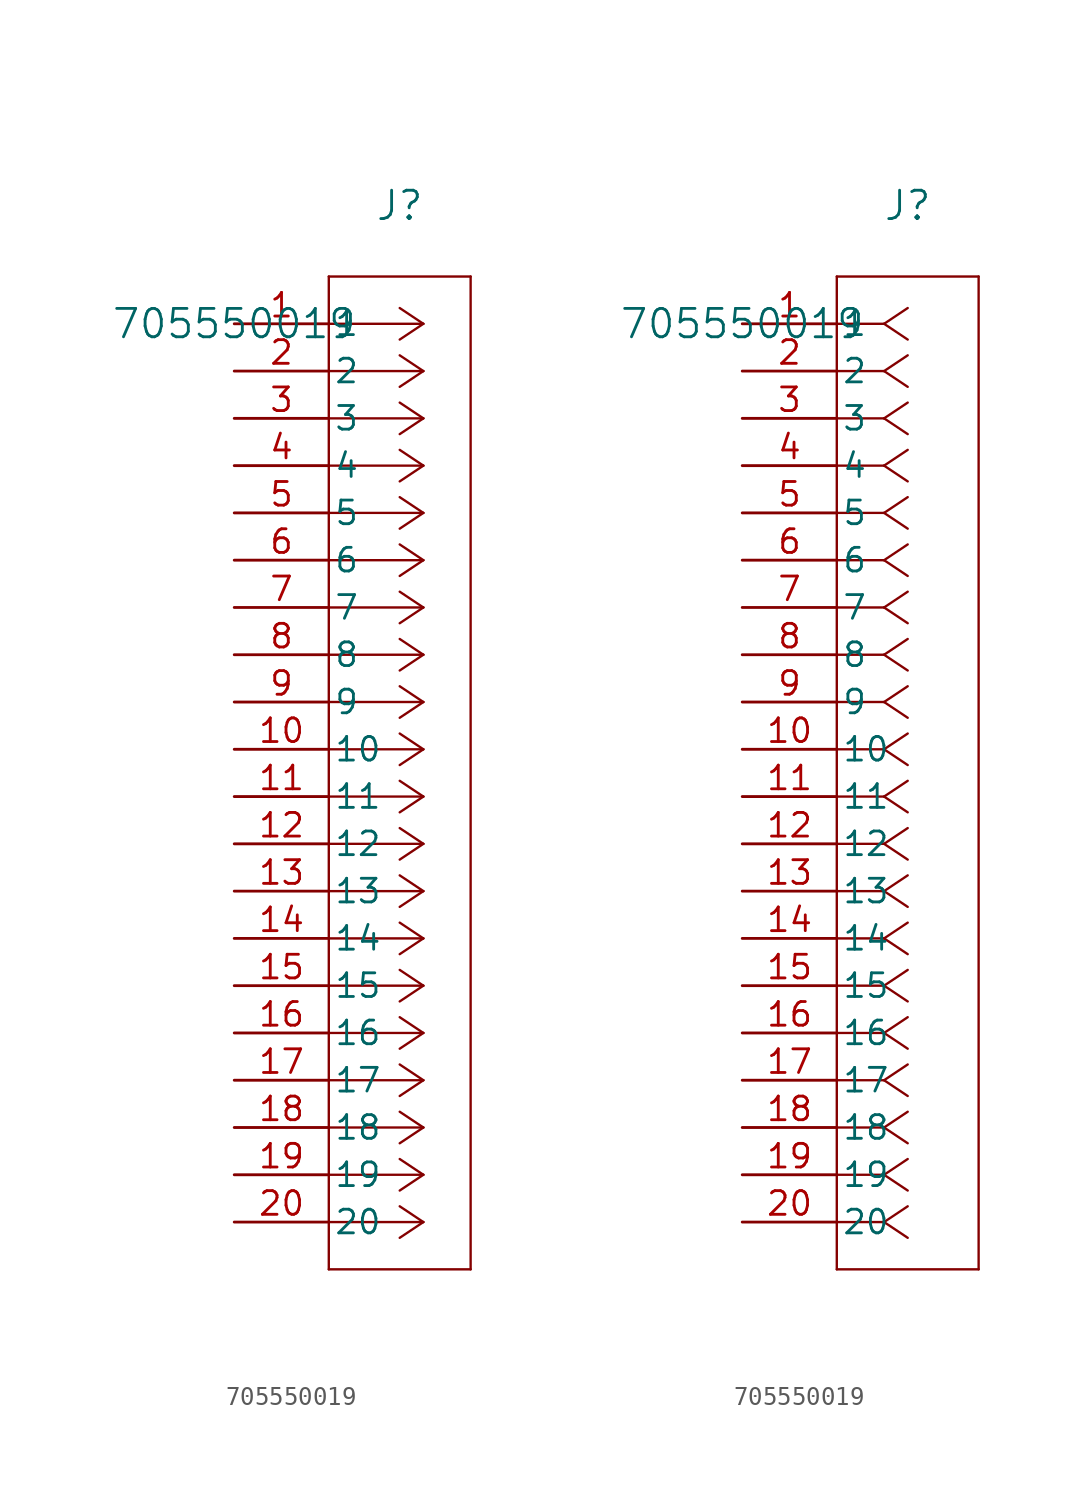
<source format=kicad_sym>
(kicad_symbol_lib
  (version 20211014)
  (generator kicad_symbol_editor)
  (symbol "705550019"
    (pin_names
      (offset 0.254))
    (property "Reference" "J"
      (at 8.89 6.35 0)
      (effects (font (size 1.524 1.524))))
    (property "Value" "705550019"
      (at 0 0 0)
      (effects (font (size 1.524 1.524))))
    (symbol "705550019_1_1"
      (polyline (pts (xy 10.16 0) (xy 5.08 0)) (stroke (width 0.127) (type default) (color 0 0 0 0)) (fill (type none)))
      (polyline (pts (xy 10.16 -2.54) (xy 5.08 -2.54)) (stroke (width 0.127) (type default) (color 0 0 0 0)) (fill (type none)))
      (polyline (pts (xy 10.16 -5.08) (xy 5.08 -5.08)) (stroke (width 0.127) (type default) (color 0 0 0 0)) (fill (type none)))
      (polyline (pts (xy 10.16 -7.62) (xy 5.08 -7.62)) (stroke (width 0.127) (type default) (color 0 0 0 0)) (fill (type none)))
      (polyline (pts (xy 10.16 -10.16) (xy 5.08 -10.16)) (stroke (width 0.127) (type default) (color 0 0 0 0)) (fill (type none)))
      (polyline (pts (xy 10.16 -12.7) (xy 5.08 -12.7)) (stroke (width 0.127) (type default) (color 0 0 0 0)) (fill (type none)))
      (polyline (pts (xy 10.16 -15.24) (xy 5.08 -15.24)) (stroke (width 0.127) (type default) (color 0 0 0 0)) (fill (type none)))
      (polyline (pts (xy 10.16 -17.78) (xy 5.08 -17.78)) (stroke (width 0.127) (type default) (color 0 0 0 0)) (fill (type none)))
      (polyline (pts (xy 10.16 -20.32) (xy 5.08 -20.32)) (stroke (width 0.127) (type default) (color 0 0 0 0)) (fill (type none)))
      (polyline (pts (xy 10.16 -22.86) (xy 5.08 -22.86)) (stroke (width 0.127) (type default) (color 0 0 0 0)) (fill (type none)))
      (polyline (pts (xy 10.16 -25.4) (xy 5.08 -25.4)) (stroke (width 0.127) (type default) (color 0 0 0 0)) (fill (type none)))
      (polyline (pts (xy 10.16 -27.94) (xy 5.08 -27.94)) (stroke (width 0.127) (type default) (color 0 0 0 0)) (fill (type none)))
      (polyline (pts (xy 10.16 -30.48) (xy 5.08 -30.48)) (stroke (width 0.127) (type default) (color 0 0 0 0)) (fill (type none)))
      (polyline (pts (xy 10.16 -33.02) (xy 5.08 -33.02)) (stroke (width 0.127) (type default) (color 0 0 0 0)) (fill (type none)))
      (polyline (pts (xy 10.16 -35.56) (xy 5.08 -35.56)) (stroke (width 0.127) (type default) (color 0 0 0 0)) (fill (type none)))
      (polyline (pts (xy 10.16 -38.1) (xy 5.08 -38.1)) (stroke (width 0.127) (type default) (color 0 0 0 0)) (fill (type none)))
      (polyline (pts (xy 10.16 -40.64) (xy 5.08 -40.64)) (stroke (width 0.127) (type default) (color 0 0 0 0)) (fill (type none)))
      (polyline (pts (xy 10.16 -43.18) (xy 5.08 -43.18)) (stroke (width 0.127) (type default) (color 0 0 0 0)) (fill (type none)))
      (polyline (pts (xy 10.16 -45.72) (xy 5.08 -45.72)) (stroke (width 0.127) (type default) (color 0 0 0 0)) (fill (type none)))
      (polyline (pts (xy 10.16 -48.26) (xy 5.08 -48.26)) (stroke (width 0.127) (type default) (color 0 0 0 0)) (fill (type none)))
      (polyline (pts (xy 10.16 0) (xy 8.89 0.847)) (stroke (width 0.127) (type default) (color 0 0 0 0)) (fill (type none)))
      (polyline (pts (xy 10.16 -2.54) (xy 8.89 -1.693)) (stroke (width 0.127) (type default) (color 0 0 0 0)) (fill (type none)))
      (polyline (pts (xy 10.16 -5.08) (xy 8.89 -4.233)) (stroke (width 0.127) (type default) (color 0 0 0 0)) (fill (type none)))
      (polyline (pts (xy 10.16 -7.62) (xy 8.89 -6.773)) (stroke (width 0.127) (type default) (color 0 0 0 0)) (fill (type none)))
      (polyline (pts (xy 10.16 -10.16) (xy 8.89 -9.313)) (stroke (width 0.127) (type default) (color 0 0 0 0)) (fill (type none)))
      (polyline (pts (xy 10.16 -12.7) (xy 8.89 -11.853)) (stroke (width 0.127) (type default) (color 0 0 0 0)) (fill (type none)))
      (polyline (pts (xy 10.16 -15.24) (xy 8.89 -14.393)) (stroke (width 0.127) (type default) (color 0 0 0 0)) (fill (type none)))
      (polyline (pts (xy 10.16 -17.78) (xy 8.89 -16.933)) (stroke (width 0.127) (type default) (color 0 0 0 0)) (fill (type none)))
      (polyline (pts (xy 10.16 -20.32) (xy 8.89 -19.473)) (stroke (width 0.127) (type default) (color 0 0 0 0)) (fill (type none)))
      (polyline (pts (xy 10.16 -22.86) (xy 8.89 -22.013)) (stroke (width 0.127) (type default) (color 0 0 0 0)) (fill (type none)))
      (polyline (pts (xy 10.16 -25.4) (xy 8.89 -24.553)) (stroke (width 0.127) (type default) (color 0 0 0 0)) (fill (type none)))
      (polyline (pts (xy 10.16 -27.94) (xy 8.89 -27.093)) (stroke (width 0.127) (type default) (color 0 0 0 0)) (fill (type none)))
      (polyline (pts (xy 10.16 -30.48) (xy 8.89 -29.633)) (stroke (width 0.127) (type default) (color 0 0 0 0)) (fill (type none)))
      (polyline (pts (xy 10.16 -33.02) (xy 8.89 -32.173)) (stroke (width 0.127) (type default) (color 0 0 0 0)) (fill (type none)))
      (polyline (pts (xy 10.16 -35.56) (xy 8.89 -34.713)) (stroke (width 0.127) (type default) (color 0 0 0 0)) (fill (type none)))
      (polyline (pts (xy 10.16 -38.1) (xy 8.89 -37.253)) (stroke (width 0.127) (type default) (color 0 0 0 0)) (fill (type none)))
      (polyline (pts (xy 10.16 -40.64) (xy 8.89 -39.793)) (stroke (width 0.127) (type default) (color 0 0 0 0)) (fill (type none)))
      (polyline (pts (xy 10.16 -43.18) (xy 8.89 -42.333)) (stroke (width 0.127) (type default) (color 0 0 0 0)) (fill (type none)))
      (polyline (pts (xy 10.16 -45.72) (xy 8.89 -44.873)) (stroke (width 0.127) (type default) (color 0 0 0 0)) (fill (type none)))
      (polyline (pts (xy 10.16 -48.26) (xy 8.89 -47.413)) (stroke (width 0.127) (type default) (color 0 0 0 0)) (fill (type none)))
      (polyline (pts (xy 10.16 0) (xy 8.89 -0.847)) (stroke (width 0.127) (type default) (color 0 0 0 0)) (fill (type none)))
      (polyline (pts (xy 10.16 -2.54) (xy 8.89 -3.387)) (stroke (width 0.127) (type default) (color 0 0 0 0)) (fill (type none)))
      (polyline (pts (xy 10.16 -5.08) (xy 8.89 -5.927)) (stroke (width 0.127) (type default) (color 0 0 0 0)) (fill (type none)))
      (polyline (pts (xy 10.16 -7.62) (xy 8.89 -8.467)) (stroke (width 0.127) (type default) (color 0 0 0 0)) (fill (type none)))
      (polyline (pts (xy 10.16 -10.16) (xy 8.89 -11.007)) (stroke (width 0.127) (type default) (color 0 0 0 0)) (fill (type none)))
      (polyline (pts (xy 10.16 -12.7) (xy 8.89 -13.547)) (stroke (width 0.127) (type default) (color 0 0 0 0)) (fill (type none)))
      (polyline (pts (xy 10.16 -15.24) (xy 8.89 -16.087)) (stroke (width 0.127) (type default) (color 0 0 0 0)) (fill (type none)))
      (polyline (pts (xy 10.16 -17.78) (xy 8.89 -18.627)) (stroke (width 0.127) (type default) (color 0 0 0 0)) (fill (type none)))
      (polyline (pts (xy 10.16 -20.32) (xy 8.89 -21.167)) (stroke (width 0.127) (type default) (color 0 0 0 0)) (fill (type none)))
      (polyline (pts (xy 10.16 -22.86) (xy 8.89 -23.707)) (stroke (width 0.127) (type default) (color 0 0 0 0)) (fill (type none)))
      (polyline (pts (xy 10.16 -25.4) (xy 8.89 -26.247)) (stroke (width 0.127) (type default) (color 0 0 0 0)) (fill (type none)))
      (polyline (pts (xy 10.16 -27.94) (xy 8.89 -28.787)) (stroke (width 0.127) (type default) (color 0 0 0 0)) (fill (type none)))
      (polyline (pts (xy 10.16 -30.48) (xy 8.89 -31.327)) (stroke (width 0.127) (type default) (color 0 0 0 0)) (fill (type none)))
      (polyline (pts (xy 10.16 -33.02) (xy 8.89 -33.867)) (stroke (width 0.127) (type default) (color 0 0 0 0)) (fill (type none)))
      (polyline (pts (xy 10.16 -35.56) (xy 8.89 -36.407)) (stroke (width 0.127) (type default) (color 0 0 0 0)) (fill (type none)))
      (polyline (pts (xy 10.16 -38.1) (xy 8.89 -38.947)) (stroke (width 0.127) (type default) (color 0 0 0 0)) (fill (type none)))
      (polyline (pts (xy 10.16 -40.64) (xy 8.89 -41.487)) (stroke (width 0.127) (type default) (color 0 0 0 0)) (fill (type none)))
      (polyline (pts (xy 10.16 -43.18) (xy 8.89 -44.027)) (stroke (width 0.127) (type default) (color 0 0 0 0)) (fill (type none)))
      (polyline (pts (xy 10.16 -45.72) (xy 8.89 -46.567)) (stroke (width 0.127) (type default) (color 0 0 0 0)) (fill (type none)))
      (polyline (pts (xy 10.16 -48.26) (xy 8.89 -49.107)) (stroke (width 0.127) (type default) (color 0 0 0 0)) (fill (type none)))
      (polyline (pts (xy 5.08 2.54) (xy 5.08 -50.8)) (stroke (width 0.127) (type default) (color 0 0 0 0)) (fill (type none)))
      (polyline (pts (xy 5.08 -50.8) (xy 12.7 -50.8)) (stroke (width 0.127) (type default) (color 0 0 0 0)) (fill (type none)))
      (polyline (pts (xy 12.7 -50.8) (xy 12.7 2.54)) (stroke (width 0.127) (type default) (color 0 0 0 0)) (fill (type none)))
      (polyline (pts (xy 12.7 2.54) (xy 5.08 2.54)) (stroke (width 0.127) (type default) (color 0 0 0 0)) (fill (type none)))
      (pin unspecified line (at 0 0 0) (length 5.08) (name "1" (effects (font (size 1.27 1.27)))) (number "1" (effects (font (size 1.27 1.27)))))
      (pin unspecified line (at 0 -2.54 0) (length 5.08) (name "2" (effects (font (size 1.27 1.27)))) (number "2" (effects (font (size 1.27 1.27)))))
      (pin unspecified line (at 0 -5.08 0) (length 5.08) (name "3" (effects (font (size 1.27 1.27)))) (number "3" (effects (font (size 1.27 1.27)))))
      (pin unspecified line (at 0 -7.62 0) (length 5.08) (name "4" (effects (font (size 1.27 1.27)))) (number "4" (effects (font (size 1.27 1.27)))))
      (pin unspecified line (at 0 -10.16 0) (length 5.08) (name "5" (effects (font (size 1.27 1.27)))) (number "5" (effects (font (size 1.27 1.27)))))
      (pin unspecified line (at 0 -12.7 0) (length 5.08) (name "6" (effects (font (size 1.27 1.27)))) (number "6" (effects (font (size 1.27 1.27)))))
      (pin unspecified line (at 0 -15.24 0) (length 5.08) (name "7" (effects (font (size 1.27 1.27)))) (number "7" (effects (font (size 1.27 1.27)))))
      (pin unspecified line (at 0 -17.78 0) (length 5.08) (name "8" (effects (font (size 1.27 1.27)))) (number "8" (effects (font (size 1.27 1.27)))))
      (pin unspecified line (at 0 -20.32 0) (length 5.08) (name "9" (effects (font (size 1.27 1.27)))) (number "9" (effects (font (size 1.27 1.27)))))
      (pin unspecified line (at 0 -22.86 0) (length 5.08) (name "10" (effects (font (size 1.27 1.27)))) (number "10" (effects (font (size 1.27 1.27)))))
      (pin unspecified line (at 0 -25.4 0) (length 5.08) (name "11" (effects (font (size 1.27 1.27)))) (number "11" (effects (font (size 1.27 1.27)))))
      (pin unspecified line (at 0 -27.94 0) (length 5.08) (name "12" (effects (font (size 1.27 1.27)))) (number "12" (effects (font (size 1.27 1.27)))))
      (pin unspecified line (at 0 -30.48 0) (length 5.08) (name "13" (effects (font (size 1.27 1.27)))) (number "13" (effects (font (size 1.27 1.27)))))
      (pin unspecified line (at 0 -33.02 0) (length 5.08) (name "14" (effects (font (size 1.27 1.27)))) (number "14" (effects (font (size 1.27 1.27)))))
      (pin unspecified line (at 0 -35.56 0) (length 5.08) (name "15" (effects (font (size 1.27 1.27)))) (number "15" (effects (font (size 1.27 1.27)))))
      (pin unspecified line (at 0 -38.1 0) (length 5.08) (name "16" (effects (font (size 1.27 1.27)))) (number "16" (effects (font (size 1.27 1.27)))))
      (pin unspecified line (at 0 -40.64 0) (length 5.08) (name "17" (effects (font (size 1.27 1.27)))) (number "17" (effects (font (size 1.27 1.27)))))
      (pin unspecified line (at 0 -43.18 0) (length 5.08) (name "18" (effects (font (size 1.27 1.27)))) (number "18" (effects (font (size 1.27 1.27)))))
      (pin unspecified line (at 0 -45.72 0) (length 5.08) (name "19" (effects (font (size 1.27 1.27)))) (number "19" (effects (font (size 1.27 1.27)))))
      (pin unspecified line (at 0 -48.26 0) (length 5.08) (name "20" (effects (font (size 1.27 1.27)))) (number "20" (effects (font (size 1.27 1.27))))))
    (symbol "705550019_1_2"
      (polyline (pts (xy 7.62 0) (xy 5.08 0)) (stroke (width 0.127) (type default) (color 0 0 0 0)) (fill (type none)))
      (polyline (pts (xy 7.62 -2.54) (xy 5.08 -2.54)) (stroke (width 0.127) (type default) (color 0 0 0 0)) (fill (type none)))
      (polyline (pts (xy 7.62 -5.08) (xy 5.08 -5.08)) (stroke (width 0.127) (type default) (color 0 0 0 0)) (fill (type none)))
      (polyline (pts (xy 7.62 -7.62) (xy 5.08 -7.62)) (stroke (width 0.127) (type default) (color 0 0 0 0)) (fill (type none)))
      (polyline (pts (xy 7.62 -10.16) (xy 5.08 -10.16)) (stroke (width 0.127) (type default) (color 0 0 0 0)) (fill (type none)))
      (polyline (pts (xy 7.62 -12.7) (xy 5.08 -12.7)) (stroke (width 0.127) (type default) (color 0 0 0 0)) (fill (type none)))
      (polyline (pts (xy 7.62 -15.24) (xy 5.08 -15.24)) (stroke (width 0.127) (type default) (color 0 0 0 0)) (fill (type none)))
      (polyline (pts (xy 7.62 -17.78) (xy 5.08 -17.78)) (stroke (width 0.127) (type default) (color 0 0 0 0)) (fill (type none)))
      (polyline (pts (xy 7.62 -20.32) (xy 5.08 -20.32)) (stroke (width 0.127) (type default) (color 0 0 0 0)) (fill (type none)))
      (polyline (pts (xy 7.62 -22.86) (xy 5.08 -22.86)) (stroke (width 0.127) (type default) (color 0 0 0 0)) (fill (type none)))
      (polyline (pts (xy 7.62 -25.4) (xy 5.08 -25.4)) (stroke (width 0.127) (type default) (color 0 0 0 0)) (fill (type none)))
      (polyline (pts (xy 7.62 -27.94) (xy 5.08 -27.94)) (stroke (width 0.127) (type default) (color 0 0 0 0)) (fill (type none)))
      (polyline (pts (xy 7.62 -30.48) (xy 5.08 -30.48)) (stroke (width 0.127) (type default) (color 0 0 0 0)) (fill (type none)))
      (polyline (pts (xy 7.62 -33.02) (xy 5.08 -33.02)) (stroke (width 0.127) (type default) (color 0 0 0 0)) (fill (type none)))
      (polyline (pts (xy 7.62 -35.56) (xy 5.08 -35.56)) (stroke (width 0.127) (type default) (color 0 0 0 0)) (fill (type none)))
      (polyline (pts (xy 7.62 -38.1) (xy 5.08 -38.1)) (stroke (width 0.127) (type default) (color 0 0 0 0)) (fill (type none)))
      (polyline (pts (xy 7.62 -40.64) (xy 5.08 -40.64)) (stroke (width 0.127) (type default) (color 0 0 0 0)) (fill (type none)))
      (polyline (pts (xy 7.62 -43.18) (xy 5.08 -43.18)) (stroke (width 0.127) (type default) (color 0 0 0 0)) (fill (type none)))
      (polyline (pts (xy 7.62 -45.72) (xy 5.08 -45.72)) (stroke (width 0.127) (type default) (color 0 0 0 0)) (fill (type none)))
      (polyline (pts (xy 7.62 -48.26) (xy 5.08 -48.26)) (stroke (width 0.127) (type default) (color 0 0 0 0)) (fill (type none)))
      (polyline (pts (xy 7.62 0) (xy 8.89 0.847)) (stroke (width 0.127) (type default) (color 0 0 0 0)) (fill (type none)))
      (polyline (pts (xy 7.62 -2.54) (xy 8.89 -1.693)) (stroke (width 0.127) (type default) (color 0 0 0 0)) (fill (type none)))
      (polyline (pts (xy 7.62 -5.08) (xy 8.89 -4.233)) (stroke (width 0.127) (type default) (color 0 0 0 0)) (fill (type none)))
      (polyline (pts (xy 7.62 -7.62) (xy 8.89 -6.773)) (stroke (width 0.127) (type default) (color 0 0 0 0)) (fill (type none)))
      (polyline (pts (xy 7.62 -10.16) (xy 8.89 -9.313)) (stroke (width 0.127) (type default) (color 0 0 0 0)) (fill (type none)))
      (polyline (pts (xy 7.62 -12.7) (xy 8.89 -11.853)) (stroke (width 0.127) (type default) (color 0 0 0 0)) (fill (type none)))
      (polyline (pts (xy 7.62 -15.24) (xy 8.89 -14.393)) (stroke (width 0.127) (type default) (color 0 0 0 0)) (fill (type none)))
      (polyline (pts (xy 7.62 -17.78) (xy 8.89 -16.933)) (stroke (width 0.127) (type default) (color 0 0 0 0)) (fill (type none)))
      (polyline (pts (xy 7.62 -20.32) (xy 8.89 -19.473)) (stroke (width 0.127) (type default) (color 0 0 0 0)) (fill (type none)))
      (polyline (pts (xy 7.62 -22.86) (xy 8.89 -22.013)) (stroke (width 0.127) (type default) (color 0 0 0 0)) (fill (type none)))
      (polyline (pts (xy 7.62 -25.4) (xy 8.89 -24.553)) (stroke (width 0.127) (type default) (color 0 0 0 0)) (fill (type none)))
      (polyline (pts (xy 7.62 -27.94) (xy 8.89 -27.093)) (stroke (width 0.127) (type default) (color 0 0 0 0)) (fill (type none)))
      (polyline (pts (xy 7.62 -30.48) (xy 8.89 -29.633)) (stroke (width 0.127) (type default) (color 0 0 0 0)) (fill (type none)))
      (polyline (pts (xy 7.62 -33.02) (xy 8.89 -32.173)) (stroke (width 0.127) (type default) (color 0 0 0 0)) (fill (type none)))
      (polyline (pts (xy 7.62 -35.56) (xy 8.89 -34.713)) (stroke (width 0.127) (type default) (color 0 0 0 0)) (fill (type none)))
      (polyline (pts (xy 7.62 -38.1) (xy 8.89 -37.253)) (stroke (width 0.127) (type default) (color 0 0 0 0)) (fill (type none)))
      (polyline (pts (xy 7.62 -40.64) (xy 8.89 -39.793)) (stroke (width 0.127) (type default) (color 0 0 0 0)) (fill (type none)))
      (polyline (pts (xy 7.62 -43.18) (xy 8.89 -42.333)) (stroke (width 0.127) (type default) (color 0 0 0 0)) (fill (type none)))
      (polyline (pts (xy 7.62 -45.72) (xy 8.89 -44.873)) (stroke (width 0.127) (type default) (color 0 0 0 0)) (fill (type none)))
      (polyline (pts (xy 7.62 -48.26) (xy 8.89 -47.413)) (stroke (width 0.127) (type default) (color 0 0 0 0)) (fill (type none)))
      (polyline (pts (xy 7.62 0) (xy 8.89 -0.847)) (stroke (width 0.127) (type default) (color 0 0 0 0)) (fill (type none)))
      (polyline (pts (xy 7.62 -2.54) (xy 8.89 -3.387)) (stroke (width 0.127) (type default) (color 0 0 0 0)) (fill (type none)))
      (polyline (pts (xy 7.62 -5.08) (xy 8.89 -5.927)) (stroke (width 0.127) (type default) (color 0 0 0 0)) (fill (type none)))
      (polyline (pts (xy 7.62 -7.62) (xy 8.89 -8.467)) (stroke (width 0.127) (type default) (color 0 0 0 0)) (fill (type none)))
      (polyline (pts (xy 7.62 -10.16) (xy 8.89 -11.007)) (stroke (width 0.127) (type default) (color 0 0 0 0)) (fill (type none)))
      (polyline (pts (xy 7.62 -12.7) (xy 8.89 -13.547)) (stroke (width 0.127) (type default) (color 0 0 0 0)) (fill (type none)))
      (polyline (pts (xy 7.62 -15.24) (xy 8.89 -16.087)) (stroke (width 0.127) (type default) (color 0 0 0 0)) (fill (type none)))
      (polyline (pts (xy 7.62 -17.78) (xy 8.89 -18.627)) (stroke (width 0.127) (type default) (color 0 0 0 0)) (fill (type none)))
      (polyline (pts (xy 7.62 -20.32) (xy 8.89 -21.167)) (stroke (width 0.127) (type default) (color 0 0 0 0)) (fill (type none)))
      (polyline (pts (xy 7.62 -22.86) (xy 8.89 -23.707)) (stroke (width 0.127) (type default) (color 0 0 0 0)) (fill (type none)))
      (polyline (pts (xy 7.62 -25.4) (xy 8.89 -26.247)) (stroke (width 0.127) (type default) (color 0 0 0 0)) (fill (type none)))
      (polyline (pts (xy 7.62 -27.94) (xy 8.89 -28.787)) (stroke (width 0.127) (type default) (color 0 0 0 0)) (fill (type none)))
      (polyline (pts (xy 7.62 -30.48) (xy 8.89 -31.327)) (stroke (width 0.127) (type default) (color 0 0 0 0)) (fill (type none)))
      (polyline (pts (xy 7.62 -33.02) (xy 8.89 -33.867)) (stroke (width 0.127) (type default) (color 0 0 0 0)) (fill (type none)))
      (polyline (pts (xy 7.62 -35.56) (xy 8.89 -36.407)) (stroke (width 0.127) (type default) (color 0 0 0 0)) (fill (type none)))
      (polyline (pts (xy 7.62 -38.1) (xy 8.89 -38.947)) (stroke (width 0.127) (type default) (color 0 0 0 0)) (fill (type none)))
      (polyline (pts (xy 7.62 -40.64) (xy 8.89 -41.487)) (stroke (width 0.127) (type default) (color 0 0 0 0)) (fill (type none)))
      (polyline (pts (xy 7.62 -43.18) (xy 8.89 -44.027)) (stroke (width 0.127) (type default) (color 0 0 0 0)) (fill (type none)))
      (polyline (pts (xy 7.62 -45.72) (xy 8.89 -46.567)) (stroke (width 0.127) (type default) (color 0 0 0 0)) (fill (type none)))
      (polyline (pts (xy 7.62 -48.26) (xy 8.89 -49.107)) (stroke (width 0.127) (type default) (color 0 0 0 0)) (fill (type none)))
      (polyline (pts (xy 5.08 2.54) (xy 5.08 -50.8)) (stroke (width 0.127) (type default) (color 0 0 0 0)) (fill (type none)))
      (polyline (pts (xy 5.08 -50.8) (xy 12.7 -50.8)) (stroke (width 0.127) (type default) (color 0 0 0 0)) (fill (type none)))
      (polyline (pts (xy 12.7 -50.8) (xy 12.7 2.54)) (stroke (width 0.127) (type default) (color 0 0 0 0)) (fill (type none)))
      (polyline (pts (xy 12.7 2.54) (xy 5.08 2.54)) (stroke (width 0.127) (type default) (color 0 0 0 0)) (fill (type none)))
      (pin unspecified line (at 0 0 0) (length 5.08) (name "1" (effects (font (size 1.27 1.27)))) (number "1" (effects (font (size 1.27 1.27)))))
      (pin unspecified line (at 0 -2.54 0) (length 5.08) (name "2" (effects (font (size 1.27 1.27)))) (number "2" (effects (font (size 1.27 1.27)))))
      (pin unspecified line (at 0 -5.08 0) (length 5.08) (name "3" (effects (font (size 1.27 1.27)))) (number "3" (effects (font (size 1.27 1.27)))))
      (pin unspecified line (at 0 -7.62 0) (length 5.08) (name "4" (effects (font (size 1.27 1.27)))) (number "4" (effects (font (size 1.27 1.27)))))
      (pin unspecified line (at 0 -10.16 0) (length 5.08) (name "5" (effects (font (size 1.27 1.27)))) (number "5" (effects (font (size 1.27 1.27)))))
      (pin unspecified line (at 0 -12.7 0) (length 5.08) (name "6" (effects (font (size 1.27 1.27)))) (number "6" (effects (font (size 1.27 1.27)))))
      (pin unspecified line (at 0 -15.24 0) (length 5.08) (name "7" (effects (font (size 1.27 1.27)))) (number "7" (effects (font (size 1.27 1.27)))))
      (pin unspecified line (at 0 -17.78 0) (length 5.08) (name "8" (effects (font (size 1.27 1.27)))) (number "8" (effects (font (size 1.27 1.27)))))
      (pin unspecified line (at 0 -20.32 0) (length 5.08) (name "9" (effects (font (size 1.27 1.27)))) (number "9" (effects (font (size 1.27 1.27)))))
      (pin unspecified line (at 0 -22.86 0) (length 5.08) (name "10" (effects (font (size 1.27 1.27)))) (number "10" (effects (font (size 1.27 1.27)))))
      (pin unspecified line (at 0 -25.4 0) (length 5.08) (name "11" (effects (font (size 1.27 1.27)))) (number "11" (effects (font (size 1.27 1.27)))))
      (pin unspecified line (at 0 -27.94 0) (length 5.08) (name "12" (effects (font (size 1.27 1.27)))) (number "12" (effects (font (size 1.27 1.27)))))
      (pin unspecified line (at 0 -30.48 0) (length 5.08) (name "13" (effects (font (size 1.27 1.27)))) (number "13" (effects (font (size 1.27 1.27)))))
      (pin unspecified line (at 0 -33.02 0) (length 5.08) (name "14" (effects (font (size 1.27 1.27)))) (number "14" (effects (font (size 1.27 1.27)))))
      (pin unspecified line (at 0 -35.56 0) (length 5.08) (name "15" (effects (font (size 1.27 1.27)))) (number "15" (effects (font (size 1.27 1.27)))))
      (pin unspecified line (at 0 -38.1 0) (length 5.08) (name "16" (effects (font (size 1.27 1.27)))) (number "16" (effects (font (size 1.27 1.27)))))
      (pin unspecified line (at 0 -40.64 0) (length 5.08) (name "17" (effects (font (size 1.27 1.27)))) (number "17" (effects (font (size 1.27 1.27)))))
      (pin unspecified line (at 0 -43.18 0) (length 5.08) (name "18" (effects (font (size 1.27 1.27)))) (number "18" (effects (font (size 1.27 1.27)))))
      (pin unspecified line (at 0 -45.72 0) (length 5.08) (name "19" (effects (font (size 1.27 1.27)))) (number "19" (effects (font (size 1.27 1.27)))))
      (pin unspecified line (at 0 -48.26 0) (length 5.08) (name "20" (effects (font (size 1.27 1.27)))) (number "20" (effects (font (size 1.27 1.27))))))))
</source>
